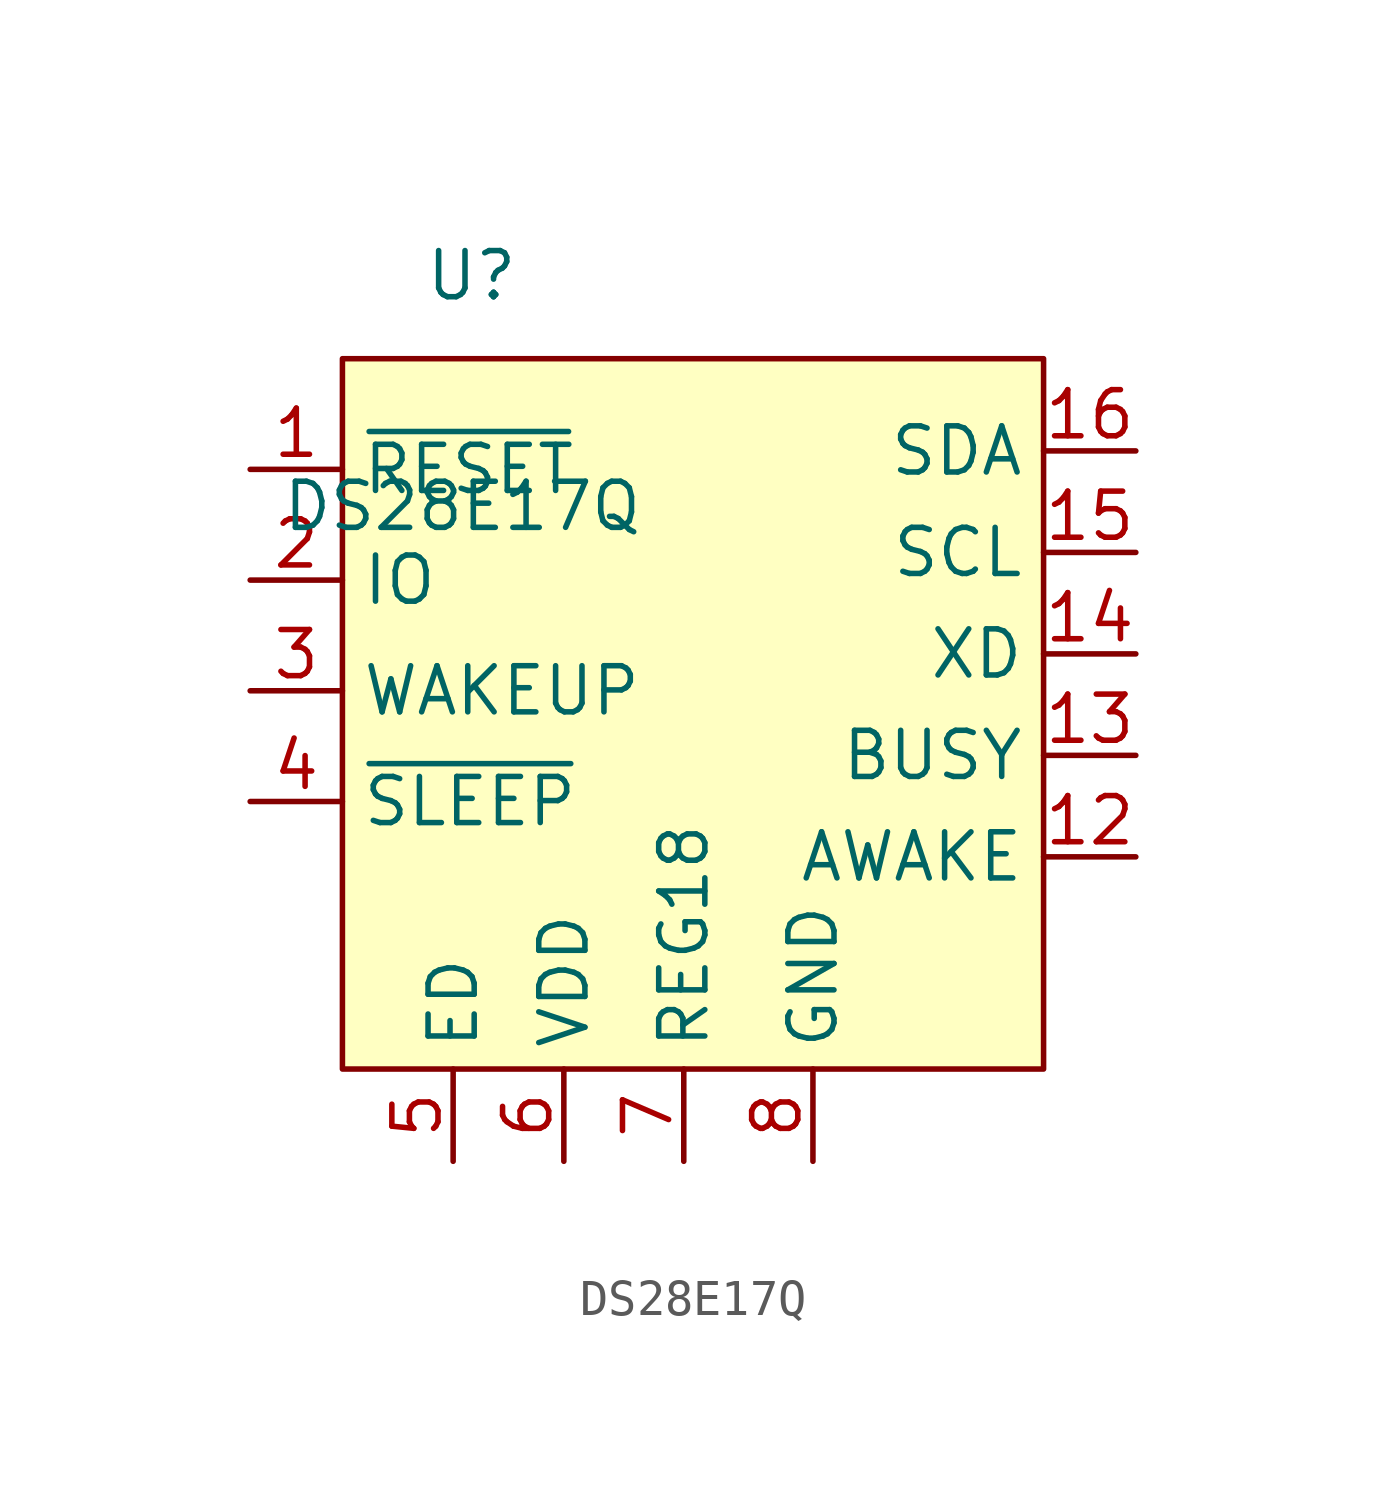
<source format=kicad_sym>
(kicad_symbol_lib
  (version 20220914)
  (generator kicad_symbol_editor)
  (symbol "DS28E17Q"
    (property "Reference" "U"
      (at -4.826 11.938 0)
      (effects (font (size 1.27 1.27))))
    (property "Value" "DS28E17Q"
      (at -5.08 5.588 0)
      (effects (font (size 1.27 1.27))))
    (symbol "DS28E17Q_0_1"
      (rectangle (start -8.382 9.652) (end 10.922 -9.906) (stroke (width 0) (type default)) (fill (type background))))
    (symbol "DS28E17Q_1_1"
      (pin input line (at -10.922 6.604 0) (length 2.54) (name "~{RESET}" (effects (font (size 1.27 1.27)))) (number "1" (effects (font (size 1.27 1.27)))))
      (pin no_connect line (at 0.762 -3.81 180) (length 2.54) hide (name "N/C" (effects (font (size 1.27 1.27)))) (number "10" (effects (font (size 1.27 1.27)))))
      (pin no_connect line (at 0.762 -2.286 180) (length 2.54) hide (name "N/C" (effects (font (size 1.27 1.27)))) (number "11" (effects (font (size 1.27 1.27)))))
      (pin output line (at 13.462 -4.064 180) (length 2.54) (name "AWAKE" (effects (font (size 1.27 1.27)))) (number "12" (effects (font (size 1.27 1.27)))))
      (pin output line (at 13.462 -1.27 180) (length 2.54) (name "BUSY" (effects (font (size 1.27 1.27)))) (number "13" (effects (font (size 1.27 1.27)))))
      (pin output line (at 13.462 1.524 180) (length 2.54) (name "XD" (effects (font (size 1.27 1.27)))) (number "14" (effects (font (size 1.27 1.27)))))
      (pin output line (at 13.462 4.318 180) (length 2.54) (name "SCL" (effects (font (size 1.27 1.27)))) (number "15" (effects (font (size 1.27 1.27)))))
      (pin bidirectional line (at 13.462 7.112 180) (length 2.54) (name "SDA" (effects (font (size 1.27 1.27)))) (number "16" (effects (font (size 1.27 1.27)))))
      (pin bidirectional line (at -10.922 3.556 0) (length 2.54) (name "IO" (effects (font (size 1.27 1.27)))) (number "2" (effects (font (size 1.27 1.27)))))
      (pin input line (at -10.922 0.508 0) (length 2.54) (name "WAKEUP" (effects (font (size 1.27 1.27)))) (number "3" (effects (font (size 1.27 1.27)))))
      (pin input line (at -10.922 -2.54 0) (length 2.54) (name "~{SLEEP}" (effects (font (size 1.27 1.27)))) (number "4" (effects (font (size 1.27 1.27)))))
      (pin output line (at -5.334 -12.446 90) (length 2.54) (name "ED" (effects (font (size 1.27 1.27)))) (number "5" (effects (font (size 1.27 1.27)))))
      (pin power_in line (at -2.286 -12.446 90) (length 2.54) (name "VDD" (effects (font (size 1.27 1.27)))) (number "6" (effects (font (size 1.27 1.27)))))
      (pin passive line (at 1.016 -12.446 90) (length 2.54) (name "REG18" (effects (font (size 1.27 1.27)))) (number "7" (effects (font (size 1.27 1.27)))))
      (pin passive line (at 4.572 -12.446 90) (length 2.54) (name "GND" (effects (font (size 1.27 1.27)))) (number "8" (effects (font (size 1.27 1.27)))))
      (pin no_connect line (at 0.762 -5.588 180) (length 2.54) hide (name "N/C" (effects (font (size 1.27 1.27)))) (number "9" (effects (font (size 1.27 1.27))))))))
</source>
